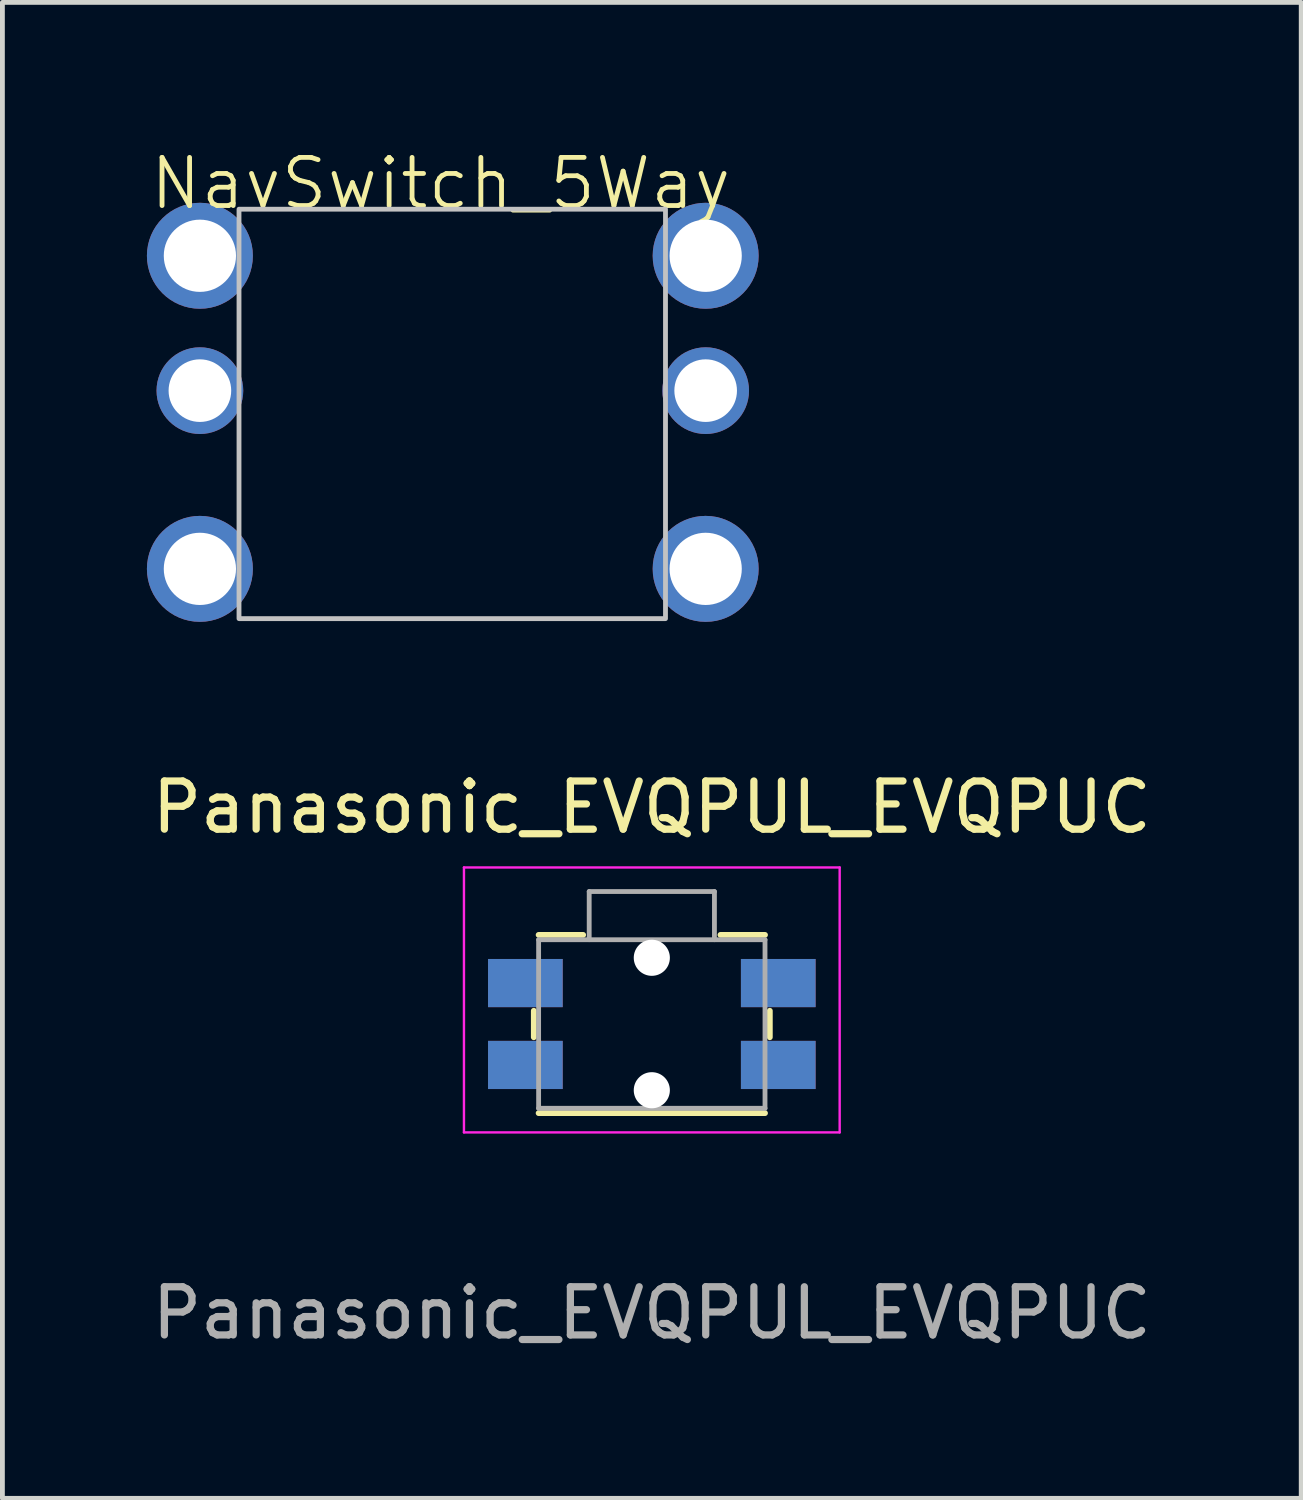
<source format=kicad_pcb>
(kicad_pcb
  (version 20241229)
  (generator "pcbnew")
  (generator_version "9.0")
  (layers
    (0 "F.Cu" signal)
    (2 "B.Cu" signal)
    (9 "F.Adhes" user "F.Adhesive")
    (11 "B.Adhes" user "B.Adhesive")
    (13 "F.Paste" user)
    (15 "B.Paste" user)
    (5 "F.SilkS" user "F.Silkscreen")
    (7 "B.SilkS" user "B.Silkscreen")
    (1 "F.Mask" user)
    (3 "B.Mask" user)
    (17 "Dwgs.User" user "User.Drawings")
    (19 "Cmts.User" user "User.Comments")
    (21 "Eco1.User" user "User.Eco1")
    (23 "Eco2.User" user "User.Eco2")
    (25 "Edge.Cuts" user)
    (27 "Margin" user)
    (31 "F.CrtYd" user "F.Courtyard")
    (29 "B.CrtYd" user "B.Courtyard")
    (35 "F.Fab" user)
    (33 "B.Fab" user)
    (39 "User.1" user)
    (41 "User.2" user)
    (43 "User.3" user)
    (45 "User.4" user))
  (footprint "Panasonic_EVQPUL_EVQPUC"
    (layer "F.Cu")
    (at 10.482 18.209)
    (property "Reference" "Panasonic_EVQPUL_EVQPUC" (at 0 -4.5 0) (layer "F.SilkS") (effects (font (size 1 1) (thickness 0.15))))
    (attr smd)
    (fp_line (start -2.45 0.275) (end -2.45 -0.275) (stroke (width 0.12) (type solid)) (layer "F.SilkS"))
    (fp_line (start -1.425 -1.85) (end -2.35 -1.85) (stroke (width 0.12) (type solid)) (layer "F.SilkS"))
    (fp_line (start 2.35 -1.85) (end 1.425 -1.85) (stroke (width 0.12) (type solid)) (layer "F.SilkS"))
    (fp_line (start 2.35 1.85) (end -2.35 1.85) (stroke (width 0.12) (type solid)) (layer "F.SilkS"))
    (fp_line (start 2.45 0.275) (end 2.45 -0.275) (stroke (width 0.12) (type solid)) (layer "F.SilkS"))
    (fp_line (start -3.9 2.25) (end -3.9 -3.25) (stroke (width 0.05) (type solid)) (layer "F.CrtYd"))
    (fp_line (start 3.9 -3.25) (end -3.9 -3.25) (stroke (width 0.05) (type solid)) (layer "F.CrtYd"))
    (fp_line (start 3.9 2.25) (end -3.9 2.25) (stroke (width 0.05) (type solid)) (layer "F.CrtYd"))
    (fp_line (start 3.9 2.25) (end 3.9 -3.25) (stroke (width 0.05) (type solid)) (layer "F.CrtYd"))
    (fp_line (start -2.35 1.75) (end -2.35 -1.75) (stroke (width 0.1) (type solid)) (layer "F.Fab"))
    (fp_line (start -1.3 -2.75) (end -1.3 -1.75) (stroke (width 0.1) (type solid)) (layer "F.Fab"))
    (fp_line (start 1.3 -2.75) (end -1.3 -2.75) (stroke (width 0.1) (type solid)) (layer "F.Fab"))
    (fp_line (start 1.3 -2.75) (end 1.3 -1.75) (stroke (width 0.1) (type solid)) (layer "F.Fab"))
    (fp_line (start 2.35 -1.75) (end -2.35 -1.75) (stroke (width 0.1) (type solid)) (layer "F.Fab"))
    (fp_line (start 2.35 1.75) (end -2.35 1.75) (stroke (width 0.1) (type solid)) (layer "F.Fab"))
    (fp_line (start 2.35 1.75) (end 2.35 -1.75) (stroke (width 0.1) (type solid)) (layer "F.Fab"))
    (fp_text user "${REFERENCE}" (at 0 6 0) (layer "F.Fab") (effects (font (size 1 1) (thickness 0.15))))
    (pad "" np_thru_hole circle (at 0 -1.375 180) (size 0.75 0.75) (drill 0.75) (layers "*.Cu" "*.Mask"))
    (pad "" np_thru_hole circle (at 0 1.375 180) (size 0.75 0.75) (drill 0.75) (layers "*.Cu" "*.Mask"))
    (pad "1" smd rect (at -2.625 -0.85 180) (size 1.55 1) (layers "F.Cu" "F.Mask" "F.Paste"))
    (pad "1" smd rect (at -2.625 -0.85 180) (size 1.55 1) (layers "B.Cu" "B.Mask" "B.Paste"))
    (pad "1" smd rect (at 2.625 -0.85 180) (size 1.55 1) (layers "F.Cu" "F.Mask" "F.Paste"))
    (pad "1" smd rect (at 2.625 -0.85 180) (size 1.55 1) (layers "B.Cu" "B.Mask" "B.Paste"))
    (pad "2" smd rect (at -2.625 0.85 180) (size 1.55 1) (layers "F.Cu" "F.Mask" "F.Paste"))
    (pad "2" smd rect (at -2.625 0.85 180) (size 1.55 1) (layers "B.Cu" "B.Mask" "B.Paste"))
    (pad "2" smd rect (at 2.625 0.85 180) (size 1.55 1) (layers "F.Cu" "F.Mask" "F.Paste"))
    (pad "2" smd rect (at 2.625 0.85 180) (size 1.55 1) (layers "B.Cu" "B.Mask" "B.Paste")))
  (footprint "NavSwitch_5Way"
    (layer "F.Cu")
    (at 6.1 1.26)
    (property "Reference" "NavSwitch_5Way" (at 0 -0.5 0) (unlocked yes) (layer "F.SilkS") (effects (font (size 1 1) (thickness 0.1))))
    (attr through_hole)
    (fp_rect (start -4.188 0.033) (end 4.666 8.533) (stroke (width 0.1) (type default)) (fill no) (layer "Dwgs.User"))
    (pad "1" thru_hole circle (at -5 1) (size 2.2 2.2) (drill 1.5) (layers "*.Cu" "*.Mask"))
    (pad "1" thru_hole circle (at -5 3.8) (size 1.8 1.8) (drill 1.3) (layers "*.Cu" "*.Mask"))
    (pad "1" thru_hole circle (at -5 7.5) (size 2.2 2.2) (drill 1.5) (layers "*.Cu" "*.Mask"))
    (pad "1" thru_hole circle (at 5.5 1) (size 2.2 2.2) (drill 1.5) (layers "*.Cu" "*.Mask"))
    (pad "1" thru_hole circle (at 5.5 3.8) (size 1.8 1.8) (drill 1.3) (layers "*.Cu" "*.Mask"))
    (pad "1" thru_hole circle (at 5.5 7.5) (size 2.2 2.2) (drill 1.5) (layers "*.Cu" "*.Mask")))
  (gr_rect
    (start -3 -3)
    (end 23.964 28.057)
    (stroke (width 0.1) (type default))
    (fill no)
    (layer "Edge.Cuts")))
</source>
